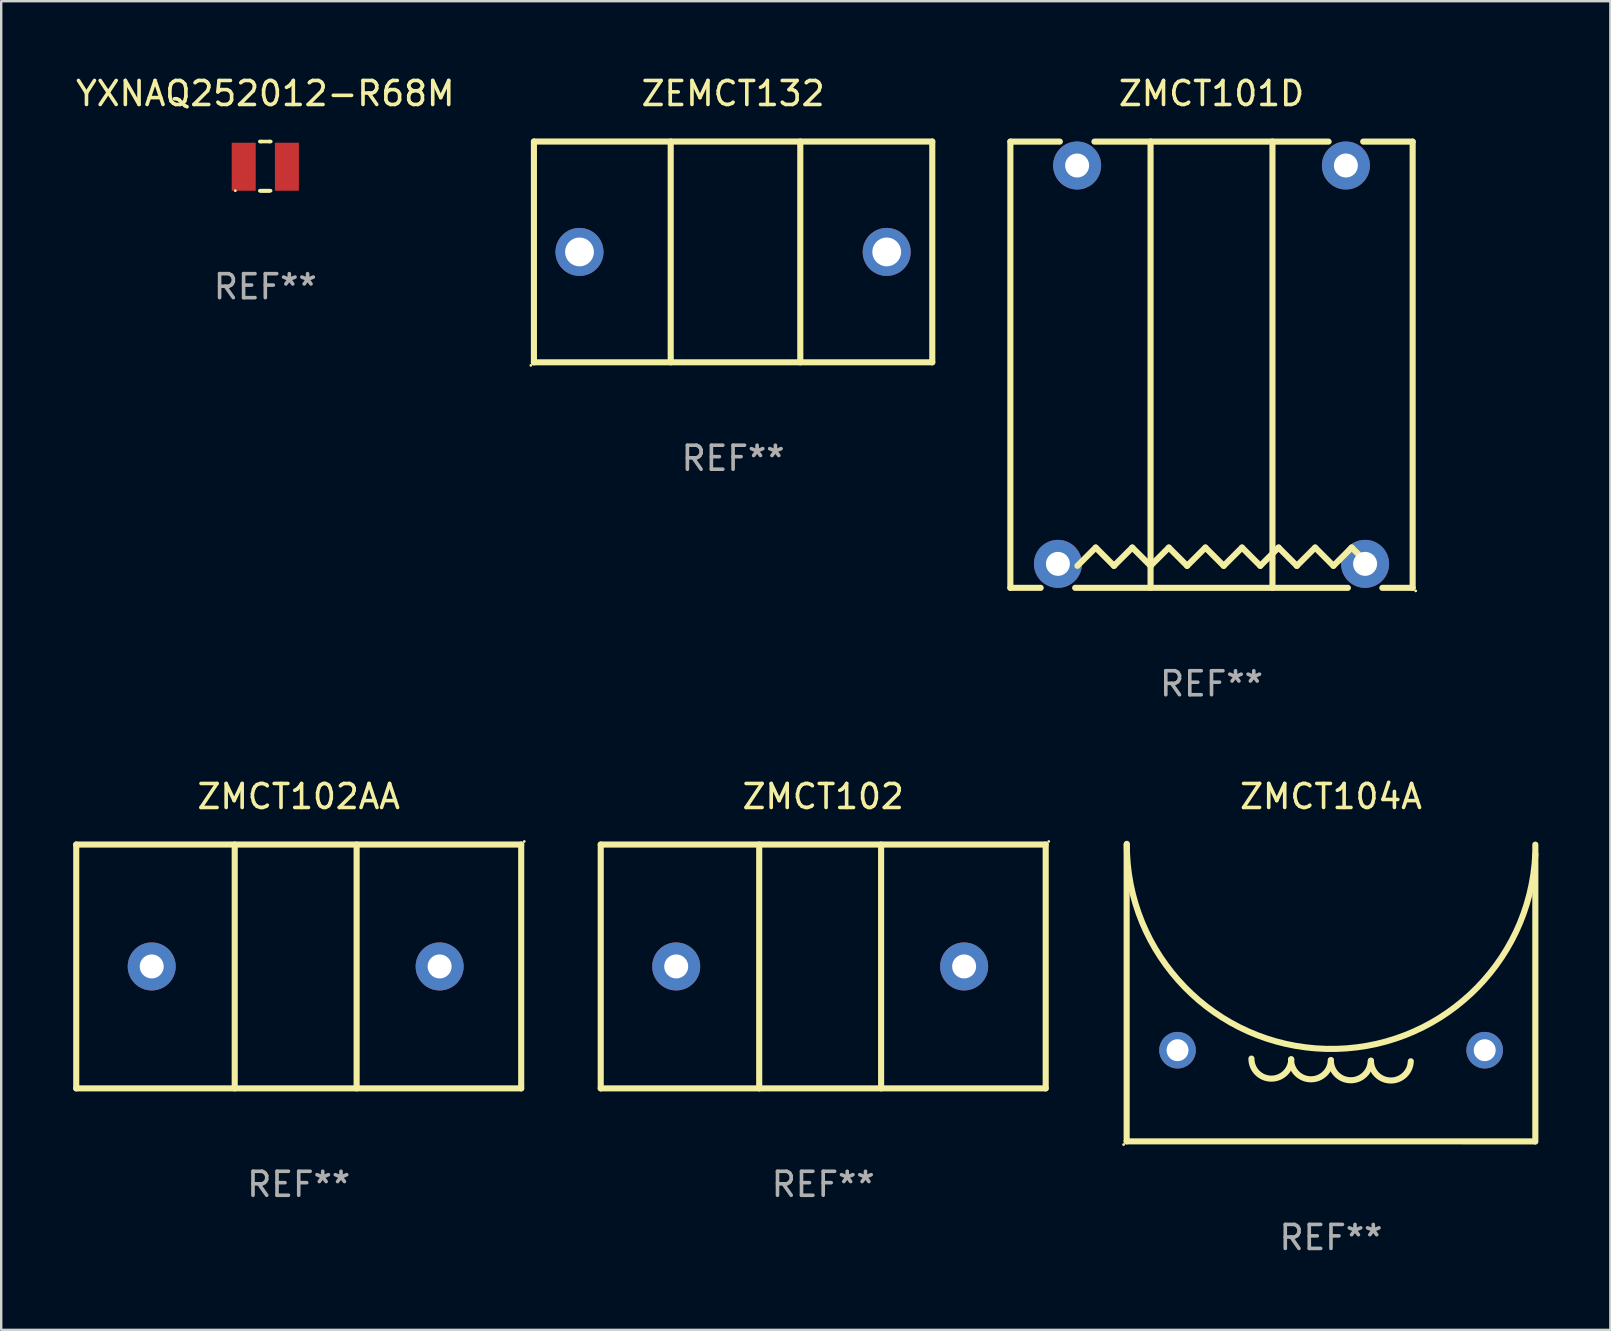
<source format=kicad_pcb>
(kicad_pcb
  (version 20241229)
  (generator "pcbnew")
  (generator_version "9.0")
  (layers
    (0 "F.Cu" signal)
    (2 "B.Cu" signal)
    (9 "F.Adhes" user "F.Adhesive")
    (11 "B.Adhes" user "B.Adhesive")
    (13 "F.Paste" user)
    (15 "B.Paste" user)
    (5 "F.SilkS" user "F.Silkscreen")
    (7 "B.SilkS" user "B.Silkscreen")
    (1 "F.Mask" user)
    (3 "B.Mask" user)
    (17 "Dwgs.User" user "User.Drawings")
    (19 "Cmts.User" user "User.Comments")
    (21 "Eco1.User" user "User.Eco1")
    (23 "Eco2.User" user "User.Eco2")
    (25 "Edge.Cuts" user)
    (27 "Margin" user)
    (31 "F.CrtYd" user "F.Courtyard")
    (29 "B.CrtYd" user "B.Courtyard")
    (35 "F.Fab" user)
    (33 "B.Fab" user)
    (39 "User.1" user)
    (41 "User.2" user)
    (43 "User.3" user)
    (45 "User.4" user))
  (footprint "ZMCT102"
    (layer "F.Cu")
    (at 31.254 37.223)
    (property "Reference" "ZMCT102" (at 0 -7.08 0) (layer "F.SilkS") (effects (font (size 1 1) (thickness 0.15))))
    (attr through_hole)
    (fp_line (start -9.271 -5.08) (end -9.271 5.08) (stroke (width 0.254) (type solid)) (layer "F.SilkS"))
    (fp_line (start -9.271 -5.08) (end 9.271 -5.08) (stroke (width 0.254) (type solid)) (layer "F.SilkS"))
    (fp_line (start -9.271 5.08) (end 9.271 5.08) (stroke (width 0.254) (type solid)) (layer "F.SilkS"))
    (fp_line (start -2.667 -5.08) (end -2.667 5.08) (stroke (width 0.254) (type solid)) (layer "F.SilkS"))
    (fp_line (start 2.413 5.08) (end 2.413 -5.08) (stroke (width 0.254) (type solid)) (layer "F.SilkS"))
    (fp_line (start 9.271 5.08) (end 9.271 -5.08) (stroke (width 0.254) (type solid)) (layer "F.SilkS"))
    (fp_circle (center 9.398 -5.207) (end 9.428 -5.207) (stroke (width 0.06) (type solid)) (fill no) (layer "F.SilkS"))
    (fp_text user "*" (at 7.061 2.515 0) (layer "B.Mask") (effects (font (size 1 1) (thickness 0.15))))
    (fp_text user "REF**" (at 0 9.08 0) (layer "F.Fab") (effects (font (size 1 1) (thickness 0.15))))
    (pad "1" thru_hole circle (at 5.872 0) (size 2 2) (drill 1) (layers "*.Cu" "*.Mask"))
    (pad "2" thru_hole circle (at -6.126 0) (size 2 2) (drill 1) (layers "*.Cu" "*.Mask")))
  (footprint "YXNAQ252012-R68M"
    (layer "F.Cu")
    (at 8.006 3.873)
    (property "Reference" "YXNAQ252012-R68M" (at 0 -3.025 0) (layer "F.SilkS") (effects (font (size 1 1) (thickness 0.15))))
    (attr through_hole)
    (fp_line (start -0.22 1.025) (end 0.22 1.025) (stroke (width 0.152) (type solid)) (layer "F.SilkS"))
    (fp_line (start -0.174 -1.025) (end -0.227 -1.025) (stroke (width 0.152) (type solid)) (layer "F.SilkS"))
    (fp_line (start -0.174 -1.025) (end 0.174 -1.025) (stroke (width 0.152) (type solid)) (layer "F.SilkS"))
    (fp_line (start -0.169 1.025) (end 0.169 1.025) (stroke (width 0.152) (type solid)) (layer "F.SilkS"))
    (fp_line (start 0.169 1.025) (end -0.22 1.025) (stroke (width 0.152) (type solid)) (layer "F.SilkS"))
    (fp_line (start 0.174 -1.025) (end 0.227 -1.025) (stroke (width 0.152) (type solid)) (layer "F.SilkS"))
    (fp_circle (center -1.25 1.025) (end -1.22 1.025) (stroke (width 0.06) (type solid)) (fill no) (layer "F.SilkS"))
    (fp_text user "REF**" (at 0 5.025 0) (layer "F.Fab") (effects (font (size 1 1) (thickness 0.15))))
    (pad "1" smd rect (at -0.9 0.025 180) (size 1 2) (layers "F.Cu" "F.Mask" "F.Paste"))
    (pad "2" smd rect (at 0.9 0.025 180) (size 1 2) (layers "F.Cu" "F.Mask" "F.Paste")))
  (footprint "ZEMCT132"
    (layer "F.Cu")
    (at 27.499 7.448)
    (property "Reference" "ZEMCT132" (at 0 -6.6 0) (layer "F.SilkS") (effects (font (size 1 1) (thickness 0.15))))
    (attr through_hole)
    (fp_line (start -8.3 -4.6) (end 8.3 -4.6) (stroke (width 0.254) (type solid)) (layer "F.SilkS"))
    (fp_line (start -8.3 4.6) (end -8.3 -4.6) (stroke (width 0.254) (type solid)) (layer "F.SilkS"))
    (fp_line (start -2.6 4.6) (end -2.6 -4.6) (stroke (width 0.254) (type solid)) (layer "F.SilkS"))
    (fp_line (start 2.8 -4.6) (end 2.8 4.6) (stroke (width 0.254) (type solid)) (layer "F.SilkS"))
    (fp_line (start 8.3 -4.6) (end 8.3 4.6) (stroke (width 0.254) (type solid)) (layer "F.SilkS"))
    (fp_line (start 8.3 4.6) (end -8.3 4.6) (stroke (width 0.254) (type solid)) (layer "F.SilkS"))
    (fp_circle (center -8.427 4.727) (end -8.397 4.727) (stroke (width 0.06) (type solid)) (fill no) (layer "F.SilkS"))
    (fp_text user "REF**" (at 0 8.6 0) (layer "F.Fab") (effects (font (size 1 1) (thickness 0.15))))
    (pad "1" thru_hole circle (at -6.401 0) (size 2 2) (drill 1.2) (layers "*.Cu" "*.Mask"))
    (pad "2" thru_hole circle (at 6.401 0) (size 2 2) (drill 1.2) (layers "*.Cu" "*.Mask")))
  (footprint "ZMCT101D"
    (layer "F.Cu")
    (at 47.435 12.147)
    (property "Reference" "ZMCT101D" (at 0 -11.299 0) (layer "F.SilkS") (effects (font (size 1 1) (thickness 0.15))))
    (attr through_hole)
    (fp_line (start -8.382 -9.296) (end -8.382 9.299) (stroke (width 0.254) (type solid)) (layer "F.SilkS"))
    (fp_line (start -7.118 9.299) (end -8.382 9.299) (stroke (width 0.254) (type solid)) (layer "F.SilkS"))
    (fp_line (start -6.321 -9.296) (end -8.382 -9.296) (stroke (width 0.254) (type solid)) (layer "F.SilkS"))
    (fp_line (start -4.826 7.62) (end -5.588 8.382) (stroke (width 0.254) (type solid)) (layer "F.SilkS"))
    (fp_line (start -4.064 8.382) (end -4.826 7.62) (stroke (width 0.254) (type solid)) (layer "F.SilkS"))
    (fp_line (start -3.302 7.62) (end -4.064 8.382) (stroke (width 0.254) (type solid)) (layer "F.SilkS"))
    (fp_line (start -2.54 8.382) (end -3.302 7.62) (stroke (width 0.254) (type solid)) (layer "F.SilkS"))
    (fp_line (start -2.54 9.299) (end -2.54 -9.299) (stroke (width 0.254) (type solid)) (layer "F.SilkS"))
    (fp_line (start -1.778 7.62) (end -2.54 8.382) (stroke (width 0.254) (type solid)) (layer "F.SilkS"))
    (fp_line (start -1.016 8.382) (end -1.778 7.62) (stroke (width 0.254) (type solid)) (layer "F.SilkS"))
    (fp_line (start -0.254 7.62) (end -1.016 8.382) (stroke (width 0.254) (type solid)) (layer "F.SilkS"))
    (fp_line (start 0.508 8.382) (end -0.254 7.62) (stroke (width 0.254) (type solid)) (layer "F.SilkS"))
    (fp_line (start 1.27 7.62) (end 0.508 8.382) (stroke (width 0.254) (type solid)) (layer "F.SilkS"))
    (fp_line (start 2.032 8.382) (end 1.27 7.62) (stroke (width 0.254) (type solid)) (layer "F.SilkS"))
    (fp_line (start 2.54 9.299) (end 2.54 -9.299) (stroke (width 0.254) (type solid)) (layer "F.SilkS"))
    (fp_line (start 2.794 7.62) (end 2.032 8.382) (stroke (width 0.254) (type solid)) (layer "F.SilkS"))
    (fp_line (start 3.556 8.382) (end 2.794 7.62) (stroke (width 0.254) (type solid)) (layer "F.SilkS"))
    (fp_line (start 4.318 7.62) (end 3.556 8.382) (stroke (width 0.254) (type solid)) (layer "F.SilkS"))
    (fp_line (start 4.879 -9.296) (end -4.879 -9.296) (stroke (width 0.254) (type solid)) (layer "F.SilkS"))
    (fp_line (start 5.08 8.382) (end 4.318 7.62) (stroke (width 0.254) (type solid)) (layer "F.SilkS"))
    (fp_line (start 5.682 9.299) (end -5.682 9.299) (stroke (width 0.254) (type solid)) (layer "F.SilkS"))
    (fp_line (start 5.842 7.62) (end 5.08 8.382) (stroke (width 0.254) (type solid)) (layer "F.SilkS"))
    (fp_line (start 6.604 8.382) (end 5.842 7.62) (stroke (width 0.254) (type solid)) (layer "F.SilkS"))
    (fp_line (start 8.382 -9.296) (end 6.321 -9.296) (stroke (width 0.254) (type solid)) (layer "F.SilkS"))
    (fp_line (start 8.382 -9.296) (end 8.382 9.299) (stroke (width 0.254) (type solid)) (layer "F.SilkS"))
    (fp_line (start 8.382 9.299) (end 7.118 9.299) (stroke (width 0.254) (type solid)) (layer "F.SilkS"))
    (fp_circle (center 8.509 9.426) (end 8.539 9.426) (stroke (width 0.06) (type solid)) (fill no) (layer "F.SilkS"))
    (fp_text user "REF**" (at 0 13.299 0) (layer "F.Fab") (effects (font (size 1 1) (thickness 0.15))))
    (pad "1" thru_hole circle (at 6.4 8.3) (size 2 2) (drill 1) (layers "*.Cu" "*.Mask"))
    (pad "2" thru_hole circle (at -6.4 8.3) (size 2 2) (drill 1) (layers "*.Cu" "*.Mask"))
    (pad "3" thru_hole circle (at -5.6 -8.3) (size 2 2) (drill 1) (layers "*.Cu" "*.Mask"))
    (pad "4" thru_hole circle (at 5.6 -8.3) (size 2 2) (drill 1) (layers "*.Cu" "*.Mask")))
  (footprint "ZMCT104A"
    (layer "F.Cu")
    (at 52.414 38.33)
    (property "Reference" "ZMCT104A" (at 0 -8.188 0) (layer "F.SilkS") (effects (font (size 1 1) (thickness 0.15))))
    (attr through_hole)
    (fp_line (start -8.515 6.182) (end -8.515 -6.188) (stroke (width 0.254) (type solid)) (layer "F.SilkS"))
    (fp_line (start -8.515 6.182) (end 8.505 6.183) (stroke (width 0.254) (type solid)) (layer "F.SilkS"))
    (fp_line (start 8.515 6.188) (end 8.515 -6.182) (stroke (width 0.254) (type solid)) (layer "F.SilkS"))
    (fp_arc (start -1.65494 2.763081) (mid -2.499934 3.563479) (end -3.315468 2.733083) (stroke (width 0.254001) (type solid)) (layer "F.SilkS"))
    (fp_arc (start -0.004877 2.794247) (mid -0.849871 3.594645) (end -1.665405 2.764249) (stroke (width 0.254001) (type solid)) (layer "F.SilkS"))
    (fp_arc (start 1.655017 2.834176) (mid 0.810022 3.634575) (end -0.005513 2.804178) (stroke (width 0.254001) (type solid)) (layer "F.SilkS"))
    (fp_arc (start 3.324994 2.84426) (mid 2.48 3.644658) (end 1.664466 2.814262) (stroke (width 0.254001) (type solid)) (layer "F.SilkS"))
    (fp_arc (start 8.515011 -5.797523) (mid -0.201487 2.328437) (end -8.508686 -6.215508) (stroke (width 0.254001) (type solid)) (layer "F.SilkS"))
    (fp_circle (center -8.642 6.315) (end -8.612 6.315) (stroke (width 0.06) (type solid)) (fill no) (layer "F.SilkS"))
    (fp_text user "REF**" (at 0 10.188 0) (layer "F.Fab") (effects (font (size 1 1) (thickness 0.15))))
    (pad "1" thru_hole circle (at -6.395 2.383) (size 1.524 1.524) (drill 0.914) (layers "*.Cu" "*.Mask"))
    (pad "2" thru_hole circle (at 6.405 2.383) (size 1.524 1.524) (drill 0.914) (layers "*.Cu" "*.Mask")))
  (footprint "ZMCT102AA"
    (layer "F.Cu")
    (at 9.398 37.223)
    (property "Reference" "ZMCT102AA" (at 0 -7.08 0) (layer "F.SilkS") (effects (font (size 1 1) (thickness 0.15))))
    (attr through_hole)
    (fp_line (start -9.271 -5.08) (end -9.271 5.08) (stroke (width 0.254) (type solid)) (layer "F.SilkS"))
    (fp_line (start -9.271 -5.08) (end 9.271 -5.08) (stroke (width 0.254) (type solid)) (layer "F.SilkS"))
    (fp_line (start -9.271 5.08) (end 9.271 5.08) (stroke (width 0.254) (type solid)) (layer "F.SilkS"))
    (fp_line (start -2.667 -5.08) (end -2.667 5.08) (stroke (width 0.254) (type solid)) (layer "F.SilkS"))
    (fp_line (start 2.413 5.08) (end 2.413 -5.08) (stroke (width 0.254) (type solid)) (layer "F.SilkS"))
    (fp_line (start 9.271 5.08) (end 9.271 -5.08) (stroke (width 0.254) (type solid)) (layer "F.SilkS"))
    (fp_circle (center 9.398 -5.207) (end 9.428 -5.207) (stroke (width 0.06) (type solid)) (fill no) (layer "F.SilkS"))
    (fp_text user "*" (at 7.061 2.515 0) (layer "B.Mask") (effects (font (size 1 1) (thickness 0.15))))
    (fp_text user "REF**" (at 0 9.08 0) (layer "F.Fab") (effects (font (size 1 1) (thickness 0.15))))
    (pad "1" thru_hole circle (at 5.872 0) (size 2 2) (drill 1) (layers "*.Cu" "*.Mask"))
    (pad "2" thru_hole circle (at -6.126 0) (size 2 2) (drill 1) (layers "*.Cu" "*.Mask")))
  (gr_rect
    (start -3 -3)
    (end 64.056 52.366)
    (stroke (width 0.1) (type default))
    (fill no)
    (layer "Edge.Cuts")))
</source>
